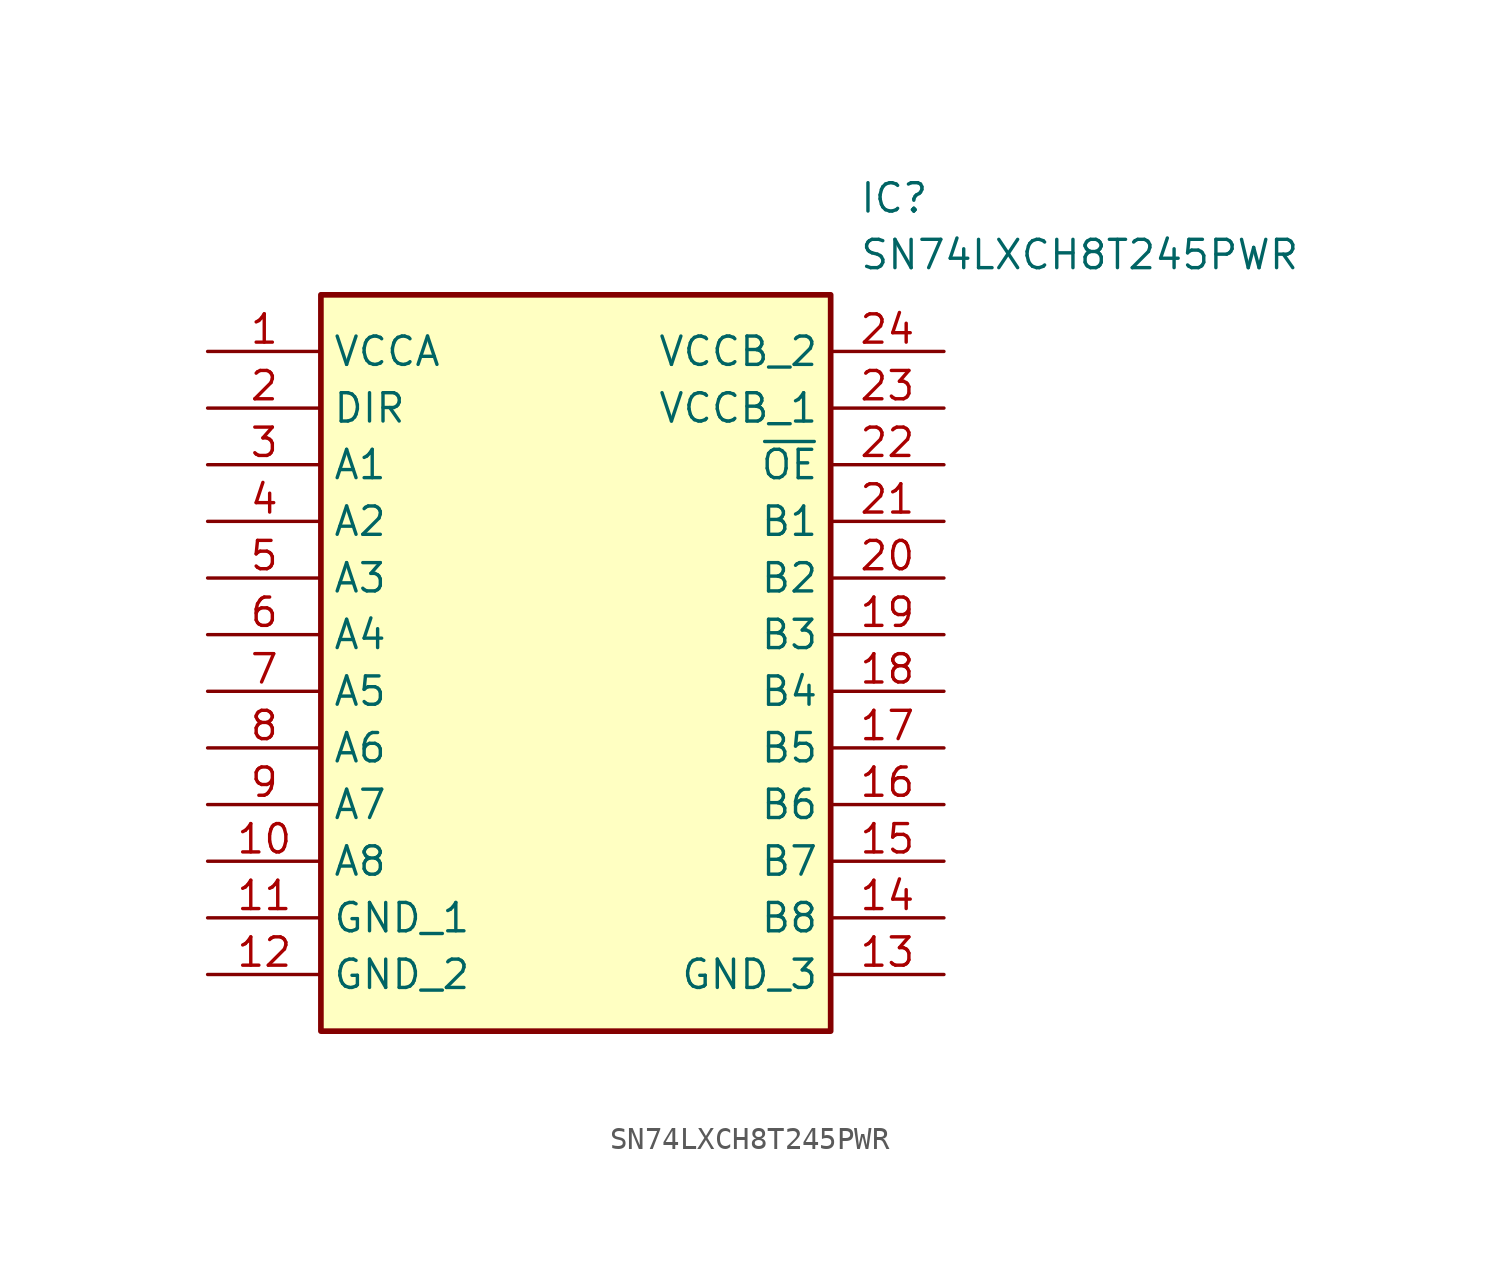
<source format=kicad_sym>
(kicad_symbol_lib
  (version 20211014)
  (generator SamacSys_ECAD_Model)
  (symbol "SN74LXCH8T245PWR"
    (property "Reference" "IC"
      (at 29.21 7.62 0)
      (effects (font (size 1.27 1.27)) (justify left top)))
    (property "Value" "SN74LXCH8T245PWR"
      (at 29.21 5.08 0)
      (effects (font (size 1.27 1.27)) (justify left top)))
    (rectangle
      (start 5.08 2.54)
      (end 27.94 -30.48)
      (stroke (width 0.254) (type default))
      (fill (type background)))
    (pin passive line
      (at 0 0 0)
      (length 5.08)
      (name "VCCA" (effects (font (size 1.27 1.27))))
      (number "1" (effects (font (size 1.27 1.27)))))
    (pin passive line
      (at 0 -2.54 0)
      (length 5.08)
      (name "DIR" (effects (font (size 1.27 1.27))))
      (number "2" (effects (font (size 1.27 1.27)))))
    (pin passive line
      (at 0 -5.08 0)
      (length 5.08)
      (name "A1" (effects (font (size 1.27 1.27))))
      (number "3" (effects (font (size 1.27 1.27)))))
    (pin passive line
      (at 0 -7.62 0)
      (length 5.08)
      (name "A2" (effects (font (size 1.27 1.27))))
      (number "4" (effects (font (size 1.27 1.27)))))
    (pin passive line
      (at 0 -10.16 0)
      (length 5.08)
      (name "A3" (effects (font (size 1.27 1.27))))
      (number "5" (effects (font (size 1.27 1.27)))))
    (pin passive line
      (at 0 -12.7 0)
      (length 5.08)
      (name "A4" (effects (font (size 1.27 1.27))))
      (number "6" (effects (font (size 1.27 1.27)))))
    (pin passive line
      (at 0 -15.24 0)
      (length 5.08)
      (name "A5" (effects (font (size 1.27 1.27))))
      (number "7" (effects (font (size 1.27 1.27)))))
    (pin passive line
      (at 0 -17.78 0)
      (length 5.08)
      (name "A6" (effects (font (size 1.27 1.27))))
      (number "8" (effects (font (size 1.27 1.27)))))
    (pin passive line
      (at 0 -20.32 0)
      (length 5.08)
      (name "A7" (effects (font (size 1.27 1.27))))
      (number "9" (effects (font (size 1.27 1.27)))))
    (pin passive line
      (at 0 -22.86 0)
      (length 5.08)
      (name "A8" (effects (font (size 1.27 1.27))))
      (number "10" (effects (font (size 1.27 1.27)))))
    (pin passive line
      (at 0 -25.4 0)
      (length 5.08)
      (name "GND_1" (effects (font (size 1.27 1.27))))
      (number "11" (effects (font (size 1.27 1.27)))))
    (pin passive line
      (at 0 -27.94 0)
      (length 5.08)
      (name "GND_2" (effects (font (size 1.27 1.27))))
      (number "12" (effects (font (size 1.27 1.27)))))
    (pin passive line
      (at 33.02 0 180)
      (length 5.08)
      (name "VCCB_2" (effects (font (size 1.27 1.27))))
      (number "24" (effects (font (size 1.27 1.27)))))
    (pin passive line
      (at 33.02 -2.54 180)
      (length 5.08)
      (name "VCCB_1" (effects (font (size 1.27 1.27))))
      (number "23" (effects (font (size 1.27 1.27)))))
    (pin passive line
      (at 33.02 -5.08 180)
      (length 5.08)
      (name "~{OE}" (effects (font (size 1.27 1.27))))
      (number "22" (effects (font (size 1.27 1.27)))))
    (pin passive line
      (at 33.02 -7.62 180)
      (length 5.08)
      (name "B1" (effects (font (size 1.27 1.27))))
      (number "21" (effects (font (size 1.27 1.27)))))
    (pin passive line
      (at 33.02 -10.16 180)
      (length 5.08)
      (name "B2" (effects (font (size 1.27 1.27))))
      (number "20" (effects (font (size 1.27 1.27)))))
    (pin passive line
      (at 33.02 -12.7 180)
      (length 5.08)
      (name "B3" (effects (font (size 1.27 1.27))))
      (number "19" (effects (font (size 1.27 1.27)))))
    (pin passive line
      (at 33.02 -15.24 180)
      (length 5.08)
      (name "B4" (effects (font (size 1.27 1.27))))
      (number "18" (effects (font (size 1.27 1.27)))))
    (pin passive line
      (at 33.02 -17.78 180)
      (length 5.08)
      (name "B5" (effects (font (size 1.27 1.27))))
      (number "17" (effects (font (size 1.27 1.27)))))
    (pin passive line
      (at 33.02 -20.32 180)
      (length 5.08)
      (name "B6" (effects (font (size 1.27 1.27))))
      (number "16" (effects (font (size 1.27 1.27)))))
    (pin passive line
      (at 33.02 -22.86 180)
      (length 5.08)
      (name "B7" (effects (font (size 1.27 1.27))))
      (number "15" (effects (font (size 1.27 1.27)))))
    (pin passive line
      (at 33.02 -25.4 180)
      (length 5.08)
      (name "B8" (effects (font (size 1.27 1.27))))
      (number "14" (effects (font (size 1.27 1.27)))))
    (pin passive line
      (at 33.02 -27.94 180)
      (length 5.08)
      (name "GND_3" (effects (font (size 1.27 1.27))))
      (number "13" (effects (font (size 1.27 1.27)))))))
</source>
